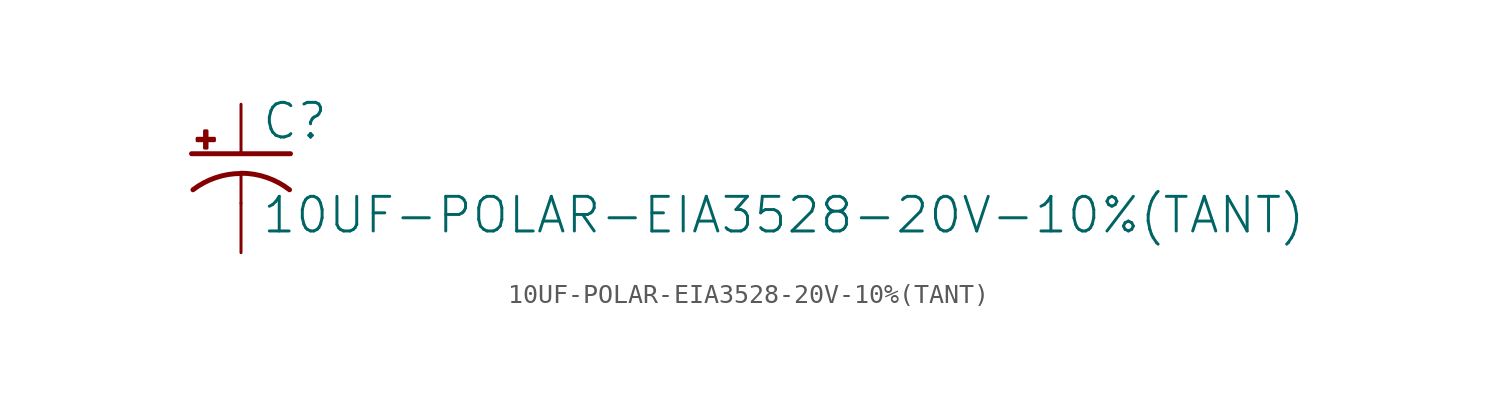
<source format=kicad_sym>
(kicad_symbol_lib
  (version 20211014)
  (generator kicad_symbol_editor)
  (symbol "10UF-POLAR-EIA3528-20V-10%(TANT)"
    (property "Reference" "C"
      (at 1.016 0.635 0)
      (effects (font (size 1.778 1.778)) (justify left bottom)))
    (property "Value" "10UF-POLAR-EIA3528-20V-10%(TANT)"
      (at 1.016 -4.191 0)
      (effects (font (size 1.778 1.778)) (justify left bottom)))
    (property "ki_locked" ""
      (at 0 0 0)
      (effects (font (size 1.27 1.27))))
    (symbol "10UF-POLAR-EIA3528-20V-10%(TANT)_1_0"
      (rectangle (start -2.253 0.668) (end -1.364 0.795) (stroke (width 0) (type default) (color 0 0 0 0)) (fill (type outline)))
      (rectangle (start -1.872 0.287) (end -1.745 1.176) (stroke (width 0) (type default) (color 0 0 0 0)) (fill (type outline)))
      (arc (start 0 -1.0161) (mid -1.3021 -1.2302) (end -2.4669 -1.8504) (stroke (width 0.254) (type default) (color 0 0 0 0)) (fill (type none)))
      (polyline (pts (xy -2.54 0) (xy 2.54 0)) (stroke (width 0.254) (type default) (color 0 0 0 0)) (fill (type none)))
      (polyline (pts (xy 0 -1.016) (xy 0 -2.54)) (stroke (width 0.152) (type default) (color 0 0 0 0)) (fill (type none)))
      (arc (start 2.4892 -1.8542) (mid 1.3158 -1.2195) (end 0 -1) (stroke (width 0.254) (type default) (color 0 0 0 0)) (fill (type none)))
      (pin passive line (at 0 2.54 270) (length 2.54) (name "+" (effects (font (size 0 0)))) (number "A" (effects (font (size 0 0)))))
      (pin passive line (at 0 -5.08 90) (length 2.54) (name "-" (effects (font (size 0 0)))) (number "C" (effects (font (size 0 0))))))))
</source>
